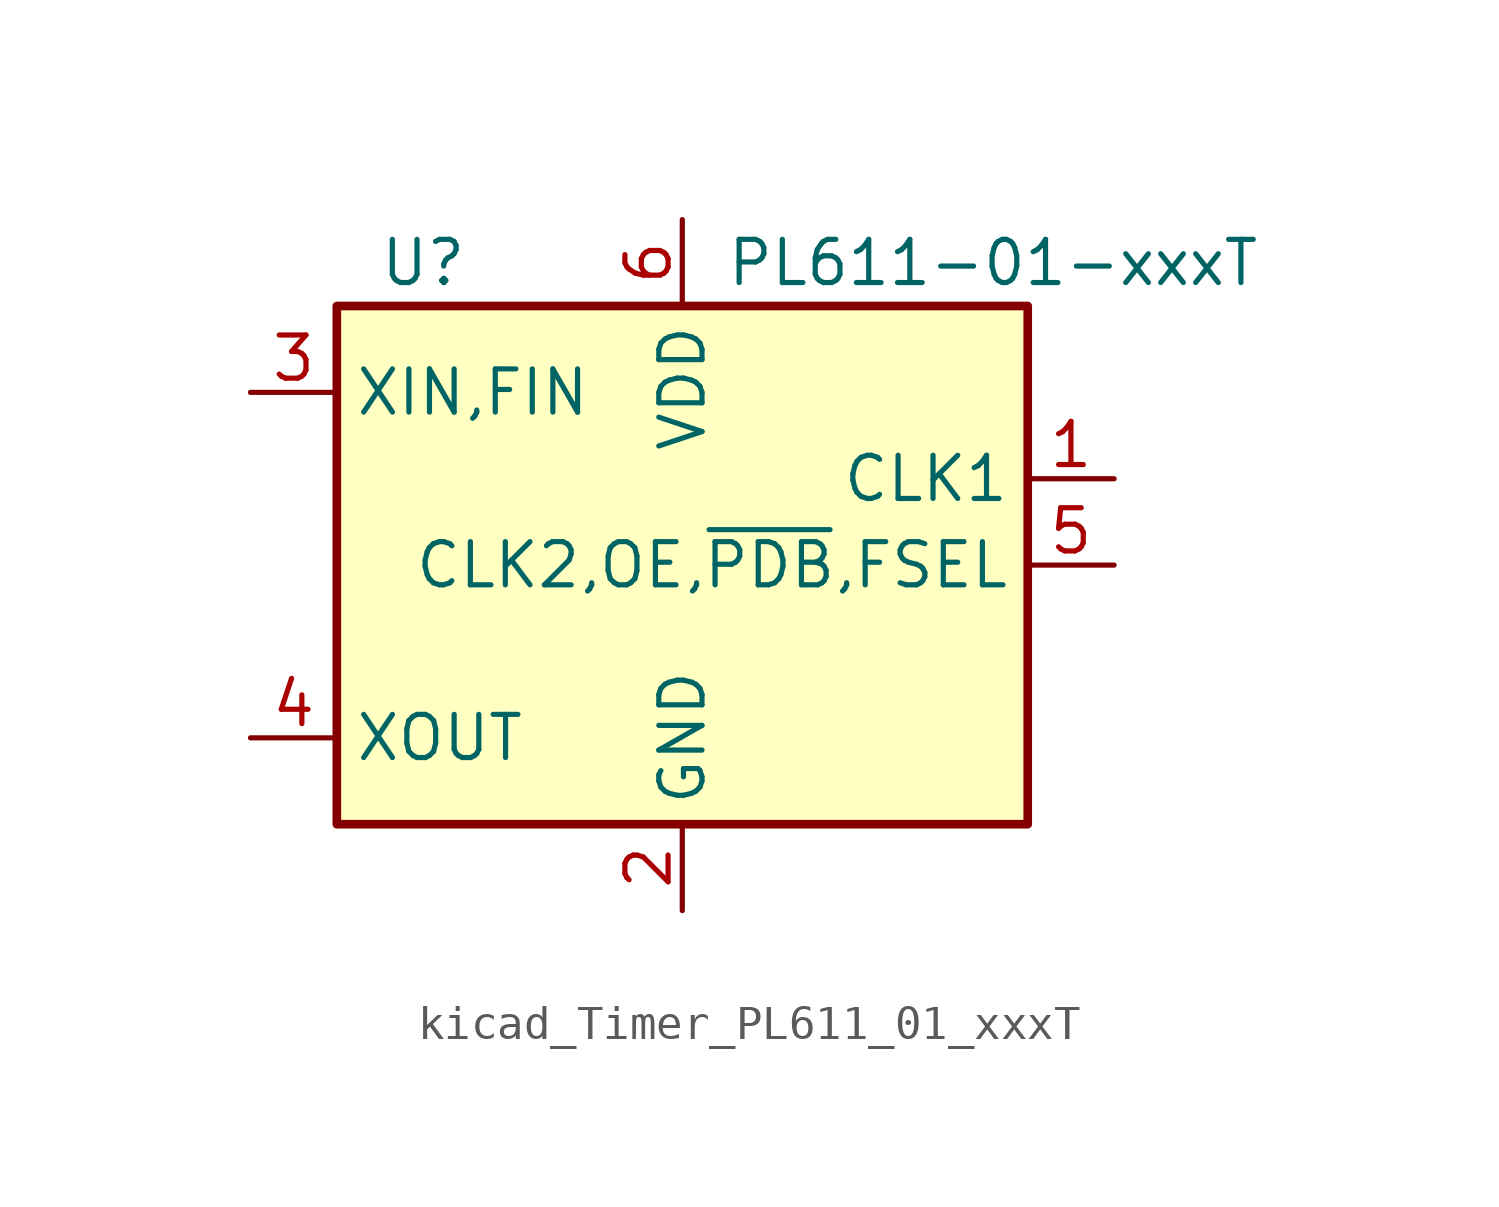
<source format=kicad_sym>
(kicad_symbol_lib
  (version 20220914)
  (generator kicad_symbol_editor)
  (symbol "kicad_Timer_PL611_01_xxxT"
    (property "Reference" "U"
      (at -7.62 8.89 0)
      (effects (font (size 1.27 1.27))))
    (property "Value" "PL611-01-xxxT"
      (at 1.27 8.89 0)
      (effects (font (size 1.27 1.27)) (justify left)))
    (symbol "kicad_Timer_PL611_01_xxxT_0_1"
      (rectangle (start -10.16 7.62) (end 10.16 -7.62) (stroke (width 0.254) (type default)) (fill (type background))))
    (symbol "kicad_Timer_PL611_01_xxxT_1_1"
      (pin output line (at 12.7 2.54 180) (length 2.54) (name "CLK1" (effects (font (size 1.27 1.27)))) (number "1" (effects (font (size 1.27 1.27)))))
      (pin power_in line (at 0 -10.16 90) (length 2.54) (name "GND" (effects (font (size 1.27 1.27)))) (number "2" (effects (font (size 1.27 1.27)))))
      (pin input line (at -12.7 5.08 0) (length 2.54) (name "XIN,FIN" (effects (font (size 1.27 1.27)))) (number "3" (effects (font (size 1.27 1.27)))))
      (pin output line (at -12.7 -5.08 0) (length 2.54) (name "XOUT" (effects (font (size 1.27 1.27)))) (number "4" (effects (font (size 1.27 1.27)))))
      (pin bidirectional line (at 12.7 0 180) (length 2.54) (name "CLK2,OE,~{PDB},FSEL" (effects (font (size 1.27 1.27)))) (number "5" (effects (font (size 1.27 1.27)))))
      (pin power_in line (at 0 10.16 270) (length 2.54) (name "VDD" (effects (font (size 1.27 1.27)))) (number "6" (effects (font (size 1.27 1.27))))))))
</source>
